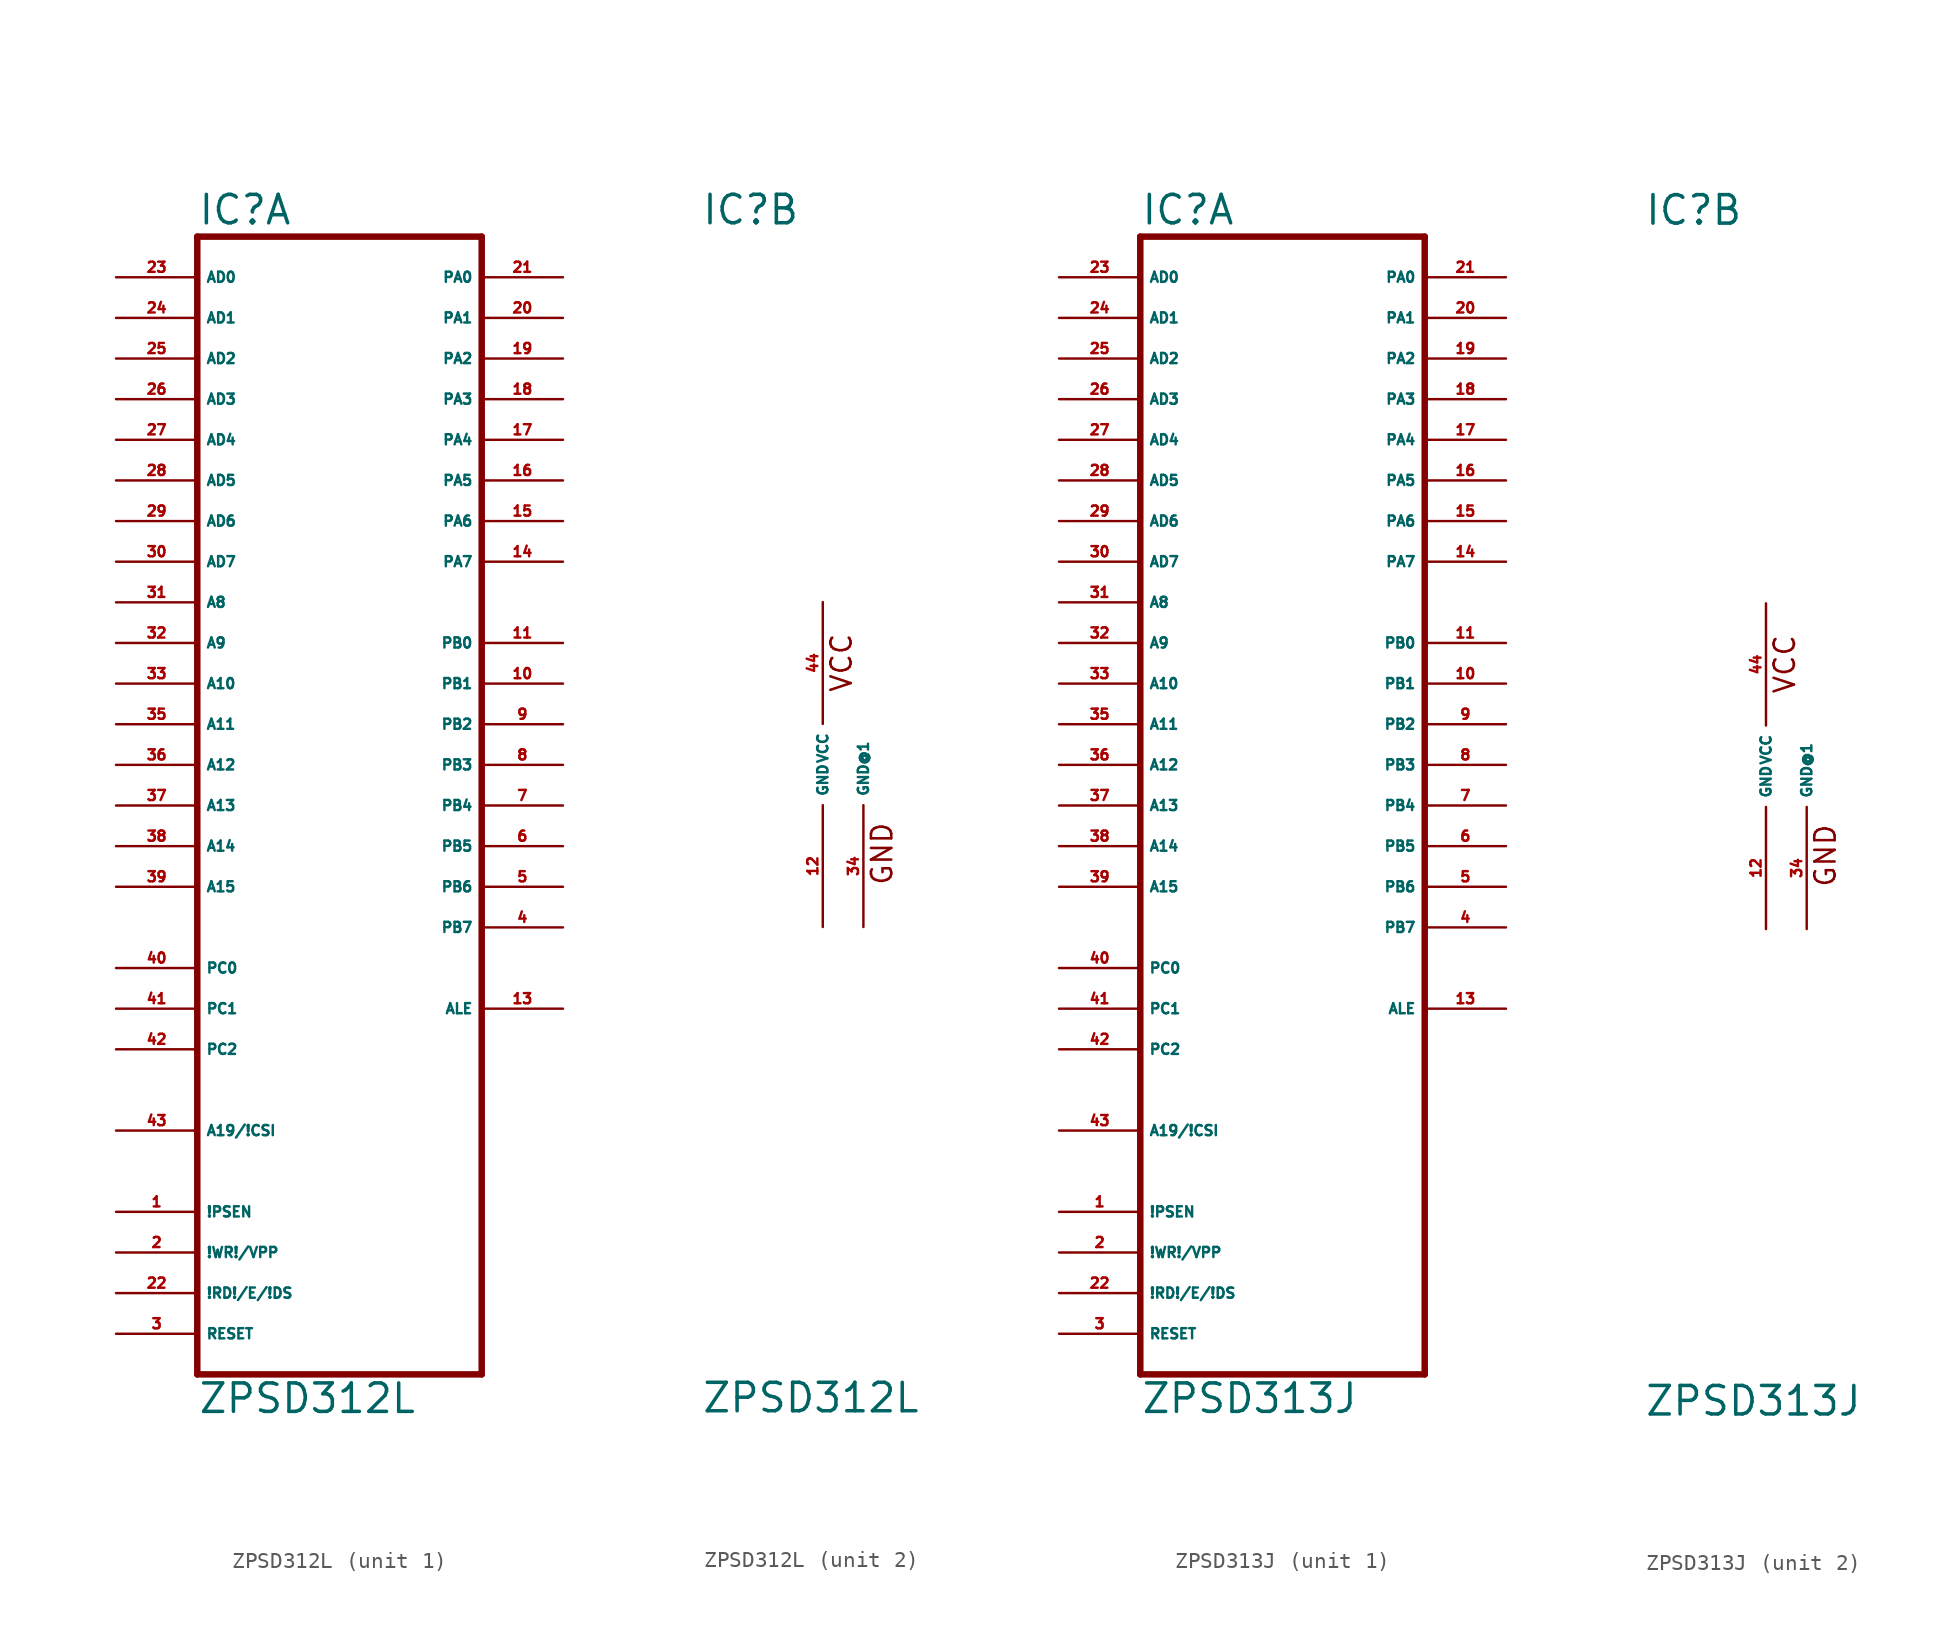
<source format=kicad_sym>
(kicad_symbol_lib
  (version 20220914)
  (generator Eagle2Kicad)
  (symbol "ZPSD312L"
    (property "Reference" "IC"
      (at -7.62 33.655 0)
      (effects (font (size 1.778 1.778) (thickness 0.22)) (justify left bottom)))
    (property "Value" "ZPSD312L"
      (at -7.62 -40.64 0)
      (effects (font (size 1.778 1.778) (thickness 0.22)) (justify left bottom)))
    (symbol "ZPSD312L_1_0"
      (polyline (pts (xy -7.62 -38.1) (xy 10.16 -38.1)) (stroke (width 0.406) (type default)) (fill (type none)))
      (polyline (pts (xy 10.16 -38.1) (xy 10.16 33.02)) (stroke (width 0.406) (type default)) (fill (type none)))
      (polyline (pts (xy 10.16 33.02) (xy -7.62 33.02)) (stroke (width 0.406) (type default)) (fill (type none)))
      (polyline (pts (xy -7.62 33.02) (xy -7.62 -38.1)) (stroke (width 0.406) (type default)) (fill (type none)))
      (pin input line (at -12.7 30.48 0) (length 5.08) (name "AD0" (effects (font (size 0.635 0.635) (thickness 0.08)) (justify left bottom))) (number "23" (effects (font (size 0.635 0.635) (thickness 0.08)) (justify left bottom))))
      (pin input line (at -12.7 27.94 0) (length 5.08) (name "AD1" (effects (font (size 0.635 0.635) (thickness 0.08)) (justify left bottom))) (number "24" (effects (font (size 0.635 0.635) (thickness 0.08)) (justify left bottom))))
      (pin input line (at -12.7 25.4 0) (length 5.08) (name "AD2" (effects (font (size 0.635 0.635) (thickness 0.08)) (justify left bottom))) (number "25" (effects (font (size 0.635 0.635) (thickness 0.08)) (justify left bottom))))
      (pin input line (at -12.7 22.86 0) (length 5.08) (name "AD3" (effects (font (size 0.635 0.635) (thickness 0.08)) (justify left bottom))) (number "26" (effects (font (size 0.635 0.635) (thickness 0.08)) (justify left bottom))))
      (pin input line (at -12.7 20.32 0) (length 5.08) (name "AD4" (effects (font (size 0.635 0.635) (thickness 0.08)) (justify left bottom))) (number "27" (effects (font (size 0.635 0.635) (thickness 0.08)) (justify left bottom))))
      (pin input line (at -12.7 17.78 0) (length 5.08) (name "AD5" (effects (font (size 0.635 0.635) (thickness 0.08)) (justify left bottom))) (number "28" (effects (font (size 0.635 0.635) (thickness 0.08)) (justify left bottom))))
      (pin input line (at -12.7 15.24 0) (length 5.08) (name "AD6" (effects (font (size 0.635 0.635) (thickness 0.08)) (justify left bottom))) (number "29" (effects (font (size 0.635 0.635) (thickness 0.08)) (justify left bottom))))
      (pin input line (at -12.7 12.7 0) (length 5.08) (name "AD7" (effects (font (size 0.635 0.635) (thickness 0.08)) (justify left bottom))) (number "30" (effects (font (size 0.635 0.635) (thickness 0.08)) (justify left bottom))))
      (pin input line (at -12.7 10.16 0) (length 5.08) (name "A8" (effects (font (size 0.635 0.635) (thickness 0.08)) (justify left bottom))) (number "31" (effects (font (size 0.635 0.635) (thickness 0.08)) (justify left bottom))))
      (pin input line (at -12.7 7.62 0) (length 5.08) (name "A9" (effects (font (size 0.635 0.635) (thickness 0.08)) (justify left bottom))) (number "32" (effects (font (size 0.635 0.635) (thickness 0.08)) (justify left bottom))))
      (pin input line (at -12.7 5.08 0) (length 5.08) (name "A10" (effects (font (size 0.635 0.635) (thickness 0.08)) (justify left bottom))) (number "33" (effects (font (size 0.635 0.635) (thickness 0.08)) (justify left bottom))))
      (pin input line (at -12.7 2.54 0) (length 5.08) (name "A11" (effects (font (size 0.635 0.635) (thickness 0.08)) (justify left bottom))) (number "35" (effects (font (size 0.635 0.635) (thickness 0.08)) (justify left bottom))))
      (pin input line (at -12.7 0 0) (length 5.08) (name "A12" (effects (font (size 0.635 0.635) (thickness 0.08)) (justify left bottom))) (number "36" (effects (font (size 0.635 0.635) (thickness 0.08)) (justify left bottom))))
      (pin input line (at -12.7 -2.54 0) (length 5.08) (name "A13" (effects (font (size 0.635 0.635) (thickness 0.08)) (justify left bottom))) (number "37" (effects (font (size 0.635 0.635) (thickness 0.08)) (justify left bottom))))
      (pin input line (at -12.7 -5.08 0) (length 5.08) (name "A14" (effects (font (size 0.635 0.635) (thickness 0.08)) (justify left bottom))) (number "38" (effects (font (size 0.635 0.635) (thickness 0.08)) (justify left bottom))))
      (pin input line (at -12.7 -7.62 0) (length 5.08) (name "A15" (effects (font (size 0.635 0.635) (thickness 0.08)) (justify left bottom))) (number "39" (effects (font (size 0.635 0.635) (thickness 0.08)) (justify left bottom))))
      (pin input line (at -12.7 -12.7 0) (length 5.08) (name "PC0" (effects (font (size 0.635 0.635) (thickness 0.08)) (justify left bottom))) (number "40" (effects (font (size 0.635 0.635) (thickness 0.08)) (justify left bottom))))
      (pin input line (at -12.7 -15.24 0) (length 5.08) (name "PC1" (effects (font (size 0.635 0.635) (thickness 0.08)) (justify left bottom))) (number "41" (effects (font (size 0.635 0.635) (thickness 0.08)) (justify left bottom))))
      (pin input line (at -12.7 -17.78 0) (length 5.08) (name "PC2" (effects (font (size 0.635 0.635) (thickness 0.08)) (justify left bottom))) (number "42" (effects (font (size 0.635 0.635) (thickness 0.08)) (justify left bottom))))
      (pin input line (at -12.7 -22.86 0) (length 5.08) (name "A19/!CSI" (effects (font (size 0.635 0.635) (thickness 0.08)) (justify left bottom))) (number "43" (effects (font (size 0.635 0.635) (thickness 0.08)) (justify left bottom))))
      (pin bidirectional line (at 15.24 30.48 180) (length 5.08) (name "PA0" (effects (font (size 0.635 0.635) (thickness 0.08)) (justify left bottom))) (number "21" (effects (font (size 0.635 0.635) (thickness 0.08)) (justify left bottom))))
      (pin bidirectional line (at 15.24 27.94 180) (length 5.08) (name "PA1" (effects (font (size 0.635 0.635) (thickness 0.08)) (justify left bottom))) (number "20" (effects (font (size 0.635 0.635) (thickness 0.08)) (justify left bottom))))
      (pin bidirectional line (at 15.24 25.4 180) (length 5.08) (name "PA2" (effects (font (size 0.635 0.635) (thickness 0.08)) (justify left bottom))) (number "19" (effects (font (size 0.635 0.635) (thickness 0.08)) (justify left bottom))))
      (pin bidirectional line (at 15.24 22.86 180) (length 5.08) (name "PA3" (effects (font (size 0.635 0.635) (thickness 0.08)) (justify left bottom))) (number "18" (effects (font (size 0.635 0.635) (thickness 0.08)) (justify left bottom))))
      (pin bidirectional line (at 15.24 20.32 180) (length 5.08) (name "PA4" (effects (font (size 0.635 0.635) (thickness 0.08)) (justify left bottom))) (number "17" (effects (font (size 0.635 0.635) (thickness 0.08)) (justify left bottom))))
      (pin bidirectional line (at 15.24 17.78 180) (length 5.08) (name "PA5" (effects (font (size 0.635 0.635) (thickness 0.08)) (justify left bottom))) (number "16" (effects (font (size 0.635 0.635) (thickness 0.08)) (justify left bottom))))
      (pin bidirectional line (at 15.24 15.24 180) (length 5.08) (name "PA6" (effects (font (size 0.635 0.635) (thickness 0.08)) (justify left bottom))) (number "15" (effects (font (size 0.635 0.635) (thickness 0.08)) (justify left bottom))))
      (pin bidirectional line (at 15.24 12.7 180) (length 5.08) (name "PA7" (effects (font (size 0.635 0.635) (thickness 0.08)) (justify left bottom))) (number "14" (effects (font (size 0.635 0.635) (thickness 0.08)) (justify left bottom))))
      (pin output line (at 15.24 7.62 180) (length 5.08) (name "PB0" (effects (font (size 0.635 0.635) (thickness 0.08)) (justify left bottom))) (number "11" (effects (font (size 0.635 0.635) (thickness 0.08)) (justify left bottom))))
      (pin output line (at 15.24 5.08 180) (length 5.08) (name "PB1" (effects (font (size 0.635 0.635) (thickness 0.08)) (justify left bottom))) (number "10" (effects (font (size 0.635 0.635) (thickness 0.08)) (justify left bottom))))
      (pin output line (at 15.24 2.54 180) (length 5.08) (name "PB2" (effects (font (size 0.635 0.635) (thickness 0.08)) (justify left bottom))) (number "9" (effects (font (size 0.635 0.635) (thickness 0.08)) (justify left bottom))))
      (pin output line (at 15.24 0 180) (length 5.08) (name "PB3" (effects (font (size 0.635 0.635) (thickness 0.08)) (justify left bottom))) (number "8" (effects (font (size 0.635 0.635) (thickness 0.08)) (justify left bottom))))
      (pin output line (at 15.24 -2.54 180) (length 5.08) (name "PB4" (effects (font (size 0.635 0.635) (thickness 0.08)) (justify left bottom))) (number "7" (effects (font (size 0.635 0.635) (thickness 0.08)) (justify left bottom))))
      (pin output line (at 15.24 -5.08 180) (length 5.08) (name "PB5" (effects (font (size 0.635 0.635) (thickness 0.08)) (justify left bottom))) (number "6" (effects (font (size 0.635 0.635) (thickness 0.08)) (justify left bottom))))
      (pin output line (at 15.24 -7.62 180) (length 5.08) (name "PB6" (effects (font (size 0.635 0.635) (thickness 0.08)) (justify left bottom))) (number "5" (effects (font (size 0.635 0.635) (thickness 0.08)) (justify left bottom))))
      (pin output line (at 15.24 -10.16 180) (length 5.08) (name "PB7" (effects (font (size 0.635 0.635) (thickness 0.08)) (justify left bottom))) (number "4" (effects (font (size 0.635 0.635) (thickness 0.08)) (justify left bottom))))
      (pin output line (at 15.24 -15.24 180) (length 5.08) (name "ALE" (effects (font (size 0.635 0.635) (thickness 0.08)) (justify left bottom))) (number "13" (effects (font (size 0.635 0.635) (thickness 0.08)) (justify left bottom))))
      (pin input line (at -12.7 -27.94 0) (length 5.08) (name "!PSEN" (effects (font (size 0.635 0.635) (thickness 0.08)) (justify left bottom))) (number "1" (effects (font (size 0.635 0.635) (thickness 0.08)) (justify left bottom))))
      (pin input line (at -12.7 -30.48 0) (length 5.08) (name "!WR!/VPP" (effects (font (size 0.635 0.635) (thickness 0.08)) (justify left bottom))) (number "2" (effects (font (size 0.635 0.635) (thickness 0.08)) (justify left bottom))))
      (pin input line (at -12.7 -33.02 0) (length 5.08) (name "!RD!/E/!DS" (effects (font (size 0.635 0.635) (thickness 0.08)) (justify left bottom))) (number "22" (effects (font (size 0.635 0.635) (thickness 0.08)) (justify left bottom))))
      (pin input line (at -12.7 -35.56 0) (length 5.08) (name "RESET" (effects (font (size 0.635 0.635) (thickness 0.08)) (justify left bottom))) (number "3" (effects (font (size 0.635 0.635) (thickness 0.08)) (justify left bottom)))))
    (symbol "ZPSD312L_2_0"
      (text "VCC" (at 1.905 4.445 900) (effects (font (size 1.27 1.27) (thickness 0.16)) (justify left bottom)))
      (text "GND" (at 4.445 -7.62 900) (effects (font (size 1.27 1.27) (thickness 0.16)) (justify left bottom)))
      (pin unspecified line (at 0 10.16 270) (length 7.62) (name "VCC" (effects (font (size 0.635 0.635) (thickness 0.08)) (justify left bottom))) (number "44" (effects (font (size 0.635 0.635) (thickness 0.08)) (justify left bottom))))
      (pin unspecified line (at 0 -10.16 90) (length 7.62) (name "GND" (effects (font (size 0.635 0.635) (thickness 0.08)) (justify left bottom))) (number "12" (effects (font (size 0.635 0.635) (thickness 0.08)) (justify left bottom))))
      (pin unspecified line (at 2.54 -10.16 90) (length 7.62) (name "GND@1" (effects (font (size 0.635 0.635) (thickness 0.08)) (justify left bottom))) (number "34" (effects (font (size 0.635 0.635) (thickness 0.08)) (justify left bottom))))))
  (symbol "ZPSD313J"
    (property "Reference" "IC"
      (at -7.62 33.655 0)
      (effects (font (size 1.778 1.778) (thickness 0.22)) (justify left bottom)))
    (property "Value" "ZPSD313J"
      (at -7.62 -40.64 0)
      (effects (font (size 1.778 1.778) (thickness 0.22)) (justify left bottom)))
    (symbol "ZPSD313J_1_0"
      (polyline (pts (xy -7.62 -38.1) (xy 10.16 -38.1)) (stroke (width 0.406) (type default)) (fill (type none)))
      (polyline (pts (xy 10.16 -38.1) (xy 10.16 33.02)) (stroke (width 0.406) (type default)) (fill (type none)))
      (polyline (pts (xy 10.16 33.02) (xy -7.62 33.02)) (stroke (width 0.406) (type default)) (fill (type none)))
      (polyline (pts (xy -7.62 33.02) (xy -7.62 -38.1)) (stroke (width 0.406) (type default)) (fill (type none)))
      (pin input line (at -12.7 30.48 0) (length 5.08) (name "AD0" (effects (font (size 0.635 0.635) (thickness 0.08)) (justify left bottom))) (number "23" (effects (font (size 0.635 0.635) (thickness 0.08)) (justify left bottom))))
      (pin input line (at -12.7 27.94 0) (length 5.08) (name "AD1" (effects (font (size 0.635 0.635) (thickness 0.08)) (justify left bottom))) (number "24" (effects (font (size 0.635 0.635) (thickness 0.08)) (justify left bottom))))
      (pin input line (at -12.7 25.4 0) (length 5.08) (name "AD2" (effects (font (size 0.635 0.635) (thickness 0.08)) (justify left bottom))) (number "25" (effects (font (size 0.635 0.635) (thickness 0.08)) (justify left bottom))))
      (pin input line (at -12.7 22.86 0) (length 5.08) (name "AD3" (effects (font (size 0.635 0.635) (thickness 0.08)) (justify left bottom))) (number "26" (effects (font (size 0.635 0.635) (thickness 0.08)) (justify left bottom))))
      (pin input line (at -12.7 20.32 0) (length 5.08) (name "AD4" (effects (font (size 0.635 0.635) (thickness 0.08)) (justify left bottom))) (number "27" (effects (font (size 0.635 0.635) (thickness 0.08)) (justify left bottom))))
      (pin input line (at -12.7 17.78 0) (length 5.08) (name "AD5" (effects (font (size 0.635 0.635) (thickness 0.08)) (justify left bottom))) (number "28" (effects (font (size 0.635 0.635) (thickness 0.08)) (justify left bottom))))
      (pin input line (at -12.7 15.24 0) (length 5.08) (name "AD6" (effects (font (size 0.635 0.635) (thickness 0.08)) (justify left bottom))) (number "29" (effects (font (size 0.635 0.635) (thickness 0.08)) (justify left bottom))))
      (pin input line (at -12.7 12.7 0) (length 5.08) (name "AD7" (effects (font (size 0.635 0.635) (thickness 0.08)) (justify left bottom))) (number "30" (effects (font (size 0.635 0.635) (thickness 0.08)) (justify left bottom))))
      (pin input line (at -12.7 10.16 0) (length 5.08) (name "A8" (effects (font (size 0.635 0.635) (thickness 0.08)) (justify left bottom))) (number "31" (effects (font (size 0.635 0.635) (thickness 0.08)) (justify left bottom))))
      (pin input line (at -12.7 7.62 0) (length 5.08) (name "A9" (effects (font (size 0.635 0.635) (thickness 0.08)) (justify left bottom))) (number "32" (effects (font (size 0.635 0.635) (thickness 0.08)) (justify left bottom))))
      (pin input line (at -12.7 5.08 0) (length 5.08) (name "A10" (effects (font (size 0.635 0.635) (thickness 0.08)) (justify left bottom))) (number "33" (effects (font (size 0.635 0.635) (thickness 0.08)) (justify left bottom))))
      (pin input line (at -12.7 2.54 0) (length 5.08) (name "A11" (effects (font (size 0.635 0.635) (thickness 0.08)) (justify left bottom))) (number "35" (effects (font (size 0.635 0.635) (thickness 0.08)) (justify left bottom))))
      (pin input line (at -12.7 0 0) (length 5.08) (name "A12" (effects (font (size 0.635 0.635) (thickness 0.08)) (justify left bottom))) (number "36" (effects (font (size 0.635 0.635) (thickness 0.08)) (justify left bottom))))
      (pin input line (at -12.7 -2.54 0) (length 5.08) (name "A13" (effects (font (size 0.635 0.635) (thickness 0.08)) (justify left bottom))) (number "37" (effects (font (size 0.635 0.635) (thickness 0.08)) (justify left bottom))))
      (pin input line (at -12.7 -5.08 0) (length 5.08) (name "A14" (effects (font (size 0.635 0.635) (thickness 0.08)) (justify left bottom))) (number "38" (effects (font (size 0.635 0.635) (thickness 0.08)) (justify left bottom))))
      (pin input line (at -12.7 -7.62 0) (length 5.08) (name "A15" (effects (font (size 0.635 0.635) (thickness 0.08)) (justify left bottom))) (number "39" (effects (font (size 0.635 0.635) (thickness 0.08)) (justify left bottom))))
      (pin input line (at -12.7 -12.7 0) (length 5.08) (name "PC0" (effects (font (size 0.635 0.635) (thickness 0.08)) (justify left bottom))) (number "40" (effects (font (size 0.635 0.635) (thickness 0.08)) (justify left bottom))))
      (pin input line (at -12.7 -15.24 0) (length 5.08) (name "PC1" (effects (font (size 0.635 0.635) (thickness 0.08)) (justify left bottom))) (number "41" (effects (font (size 0.635 0.635) (thickness 0.08)) (justify left bottom))))
      (pin input line (at -12.7 -17.78 0) (length 5.08) (name "PC2" (effects (font (size 0.635 0.635) (thickness 0.08)) (justify left bottom))) (number "42" (effects (font (size 0.635 0.635) (thickness 0.08)) (justify left bottom))))
      (pin input line (at -12.7 -22.86 0) (length 5.08) (name "A19/!CSI" (effects (font (size 0.635 0.635) (thickness 0.08)) (justify left bottom))) (number "43" (effects (font (size 0.635 0.635) (thickness 0.08)) (justify left bottom))))
      (pin bidirectional line (at 15.24 30.48 180) (length 5.08) (name "PA0" (effects (font (size 0.635 0.635) (thickness 0.08)) (justify left bottom))) (number "21" (effects (font (size 0.635 0.635) (thickness 0.08)) (justify left bottom))))
      (pin bidirectional line (at 15.24 27.94 180) (length 5.08) (name "PA1" (effects (font (size 0.635 0.635) (thickness 0.08)) (justify left bottom))) (number "20" (effects (font (size 0.635 0.635) (thickness 0.08)) (justify left bottom))))
      (pin bidirectional line (at 15.24 25.4 180) (length 5.08) (name "PA2" (effects (font (size 0.635 0.635) (thickness 0.08)) (justify left bottom))) (number "19" (effects (font (size 0.635 0.635) (thickness 0.08)) (justify left bottom))))
      (pin bidirectional line (at 15.24 22.86 180) (length 5.08) (name "PA3" (effects (font (size 0.635 0.635) (thickness 0.08)) (justify left bottom))) (number "18" (effects (font (size 0.635 0.635) (thickness 0.08)) (justify left bottom))))
      (pin bidirectional line (at 15.24 20.32 180) (length 5.08) (name "PA4" (effects (font (size 0.635 0.635) (thickness 0.08)) (justify left bottom))) (number "17" (effects (font (size 0.635 0.635) (thickness 0.08)) (justify left bottom))))
      (pin bidirectional line (at 15.24 17.78 180) (length 5.08) (name "PA5" (effects (font (size 0.635 0.635) (thickness 0.08)) (justify left bottom))) (number "16" (effects (font (size 0.635 0.635) (thickness 0.08)) (justify left bottom))))
      (pin bidirectional line (at 15.24 15.24 180) (length 5.08) (name "PA6" (effects (font (size 0.635 0.635) (thickness 0.08)) (justify left bottom))) (number "15" (effects (font (size 0.635 0.635) (thickness 0.08)) (justify left bottom))))
      (pin bidirectional line (at 15.24 12.7 180) (length 5.08) (name "PA7" (effects (font (size 0.635 0.635) (thickness 0.08)) (justify left bottom))) (number "14" (effects (font (size 0.635 0.635) (thickness 0.08)) (justify left bottom))))
      (pin output line (at 15.24 7.62 180) (length 5.08) (name "PB0" (effects (font (size 0.635 0.635) (thickness 0.08)) (justify left bottom))) (number "11" (effects (font (size 0.635 0.635) (thickness 0.08)) (justify left bottom))))
      (pin output line (at 15.24 5.08 180) (length 5.08) (name "PB1" (effects (font (size 0.635 0.635) (thickness 0.08)) (justify left bottom))) (number "10" (effects (font (size 0.635 0.635) (thickness 0.08)) (justify left bottom))))
      (pin output line (at 15.24 2.54 180) (length 5.08) (name "PB2" (effects (font (size 0.635 0.635) (thickness 0.08)) (justify left bottom))) (number "9" (effects (font (size 0.635 0.635) (thickness 0.08)) (justify left bottom))))
      (pin output line (at 15.24 0 180) (length 5.08) (name "PB3" (effects (font (size 0.635 0.635) (thickness 0.08)) (justify left bottom))) (number "8" (effects (font (size 0.635 0.635) (thickness 0.08)) (justify left bottom))))
      (pin output line (at 15.24 -2.54 180) (length 5.08) (name "PB4" (effects (font (size 0.635 0.635) (thickness 0.08)) (justify left bottom))) (number "7" (effects (font (size 0.635 0.635) (thickness 0.08)) (justify left bottom))))
      (pin output line (at 15.24 -5.08 180) (length 5.08) (name "PB5" (effects (font (size 0.635 0.635) (thickness 0.08)) (justify left bottom))) (number "6" (effects (font (size 0.635 0.635) (thickness 0.08)) (justify left bottom))))
      (pin output line (at 15.24 -7.62 180) (length 5.08) (name "PB6" (effects (font (size 0.635 0.635) (thickness 0.08)) (justify left bottom))) (number "5" (effects (font (size 0.635 0.635) (thickness 0.08)) (justify left bottom))))
      (pin output line (at 15.24 -10.16 180) (length 5.08) (name "PB7" (effects (font (size 0.635 0.635) (thickness 0.08)) (justify left bottom))) (number "4" (effects (font (size 0.635 0.635) (thickness 0.08)) (justify left bottom))))
      (pin output line (at 15.24 -15.24 180) (length 5.08) (name "ALE" (effects (font (size 0.635 0.635) (thickness 0.08)) (justify left bottom))) (number "13" (effects (font (size 0.635 0.635) (thickness 0.08)) (justify left bottom))))
      (pin input line (at -12.7 -27.94 0) (length 5.08) (name "!PSEN" (effects (font (size 0.635 0.635) (thickness 0.08)) (justify left bottom))) (number "1" (effects (font (size 0.635 0.635) (thickness 0.08)) (justify left bottom))))
      (pin input line (at -12.7 -30.48 0) (length 5.08) (name "!WR!/VPP" (effects (font (size 0.635 0.635) (thickness 0.08)) (justify left bottom))) (number "2" (effects (font (size 0.635 0.635) (thickness 0.08)) (justify left bottom))))
      (pin input line (at -12.7 -33.02 0) (length 5.08) (name "!RD!/E/!DS" (effects (font (size 0.635 0.635) (thickness 0.08)) (justify left bottom))) (number "22" (effects (font (size 0.635 0.635) (thickness 0.08)) (justify left bottom))))
      (pin input line (at -12.7 -35.56 0) (length 5.08) (name "RESET" (effects (font (size 0.635 0.635) (thickness 0.08)) (justify left bottom))) (number "3" (effects (font (size 0.635 0.635) (thickness 0.08)) (justify left bottom)))))
    (symbol "ZPSD313J_2_0"
      (text "VCC" (at 1.905 4.445 900) (effects (font (size 1.27 1.27) (thickness 0.16)) (justify left bottom)))
      (text "GND" (at 4.445 -7.62 900) (effects (font (size 1.27 1.27) (thickness 0.16)) (justify left bottom)))
      (pin unspecified line (at 0 10.16 270) (length 7.62) (name "VCC" (effects (font (size 0.635 0.635) (thickness 0.08)) (justify left bottom))) (number "44" (effects (font (size 0.635 0.635) (thickness 0.08)) (justify left bottom))))
      (pin unspecified line (at 0 -10.16 90) (length 7.62) (name "GND" (effects (font (size 0.635 0.635) (thickness 0.08)) (justify left bottom))) (number "12" (effects (font (size 0.635 0.635) (thickness 0.08)) (justify left bottom))))
      (pin unspecified line (at 2.54 -10.16 90) (length 7.62) (name "GND@1" (effects (font (size 0.635 0.635) (thickness 0.08)) (justify left bottom))) (number "34" (effects (font (size 0.635 0.635) (thickness 0.08)) (justify left bottom)))))))
</source>
